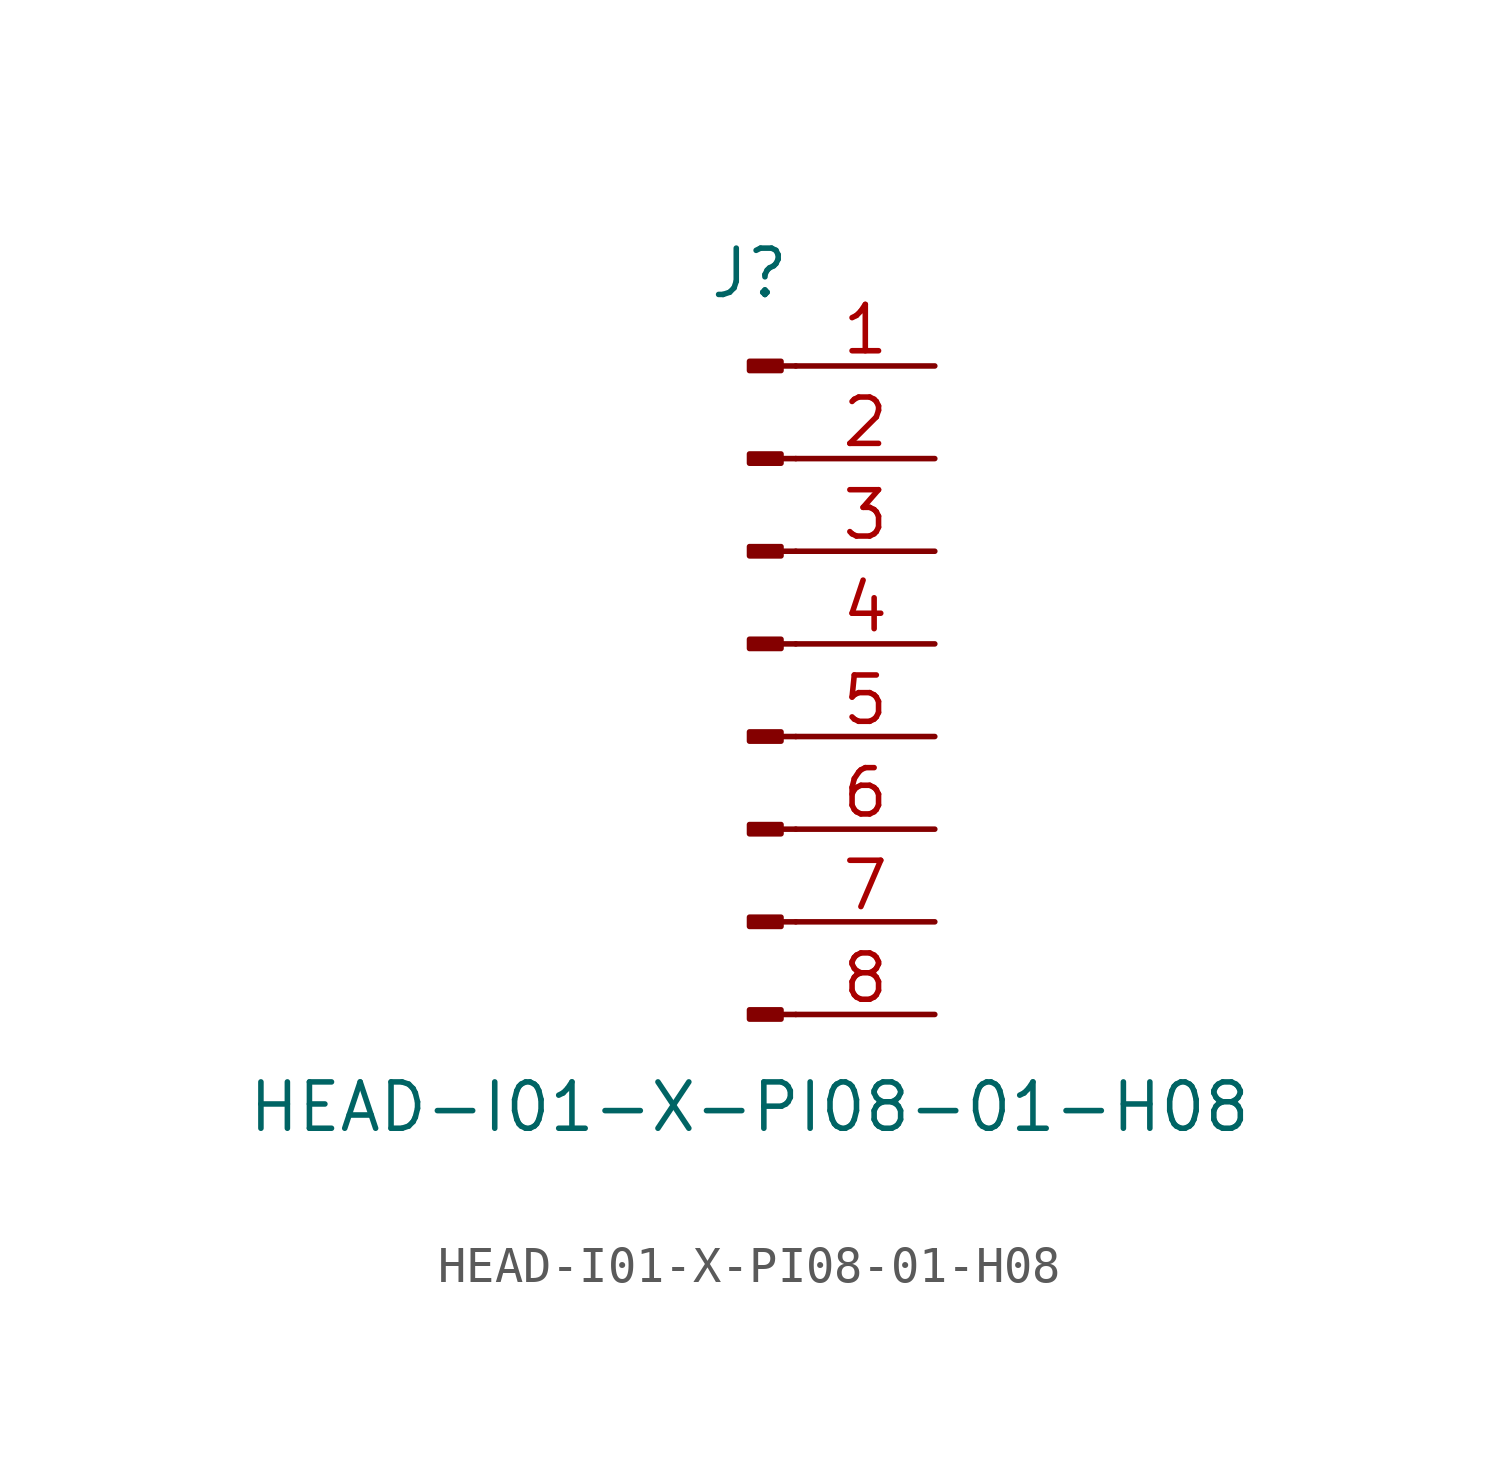
<source format=kicad_sym>
(kicad_symbol_lib
  (version 20211014)
  (generator kicad_symbol_editor)
  (symbol "HEAD-I01-X-PI08-01-H08"
    (pin_names
      (offset 1.016) hide)
    (property "Reference" "J"
      (at 0 10.16 0)
      (effects (font (size 1.27 1.27))))
    (property "Value" "HEAD-I01-X-PI08-01-H08"
      (at 0 -12.7 0)
      (effects (font (size 1.27 1.27))))
    (symbol "HEAD-I01-X-PI08-01-H08_1_1"
      (polyline (pts (xy 1.27 -10.16) (xy 0.864 -10.16)) (stroke (width 0.152) (type default) (color 0 0 0 0)) (fill (type none)))
      (polyline (pts (xy 1.27 -7.62) (xy 0.864 -7.62)) (stroke (width 0.152) (type default) (color 0 0 0 0)) (fill (type none)))
      (polyline (pts (xy 1.27 -5.08) (xy 0.864 -5.08)) (stroke (width 0.152) (type default) (color 0 0 0 0)) (fill (type none)))
      (polyline (pts (xy 1.27 -2.54) (xy 0.864 -2.54)) (stroke (width 0.152) (type default) (color 0 0 0 0)) (fill (type none)))
      (polyline (pts (xy 1.27 0) (xy 0.864 0)) (stroke (width 0.152) (type default) (color 0 0 0 0)) (fill (type none)))
      (polyline (pts (xy 1.27 2.54) (xy 0.864 2.54)) (stroke (width 0.152) (type default) (color 0 0 0 0)) (fill (type none)))
      (polyline (pts (xy 1.27 5.08) (xy 0.864 5.08)) (stroke (width 0.152) (type default) (color 0 0 0 0)) (fill (type none)))
      (polyline (pts (xy 1.27 7.62) (xy 0.864 7.62)) (stroke (width 0.152) (type default) (color 0 0 0 0)) (fill (type none)))
      (rectangle (start 0.864 -10.033) (end 0 -10.287) (stroke (width 0.152) (type default) (color 0 0 0 0)) (fill (type outline)))
      (rectangle (start 0.864 -7.493) (end 0 -7.747) (stroke (width 0.152) (type default) (color 0 0 0 0)) (fill (type outline)))
      (rectangle (start 0.864 -4.953) (end 0 -5.207) (stroke (width 0.152) (type default) (color 0 0 0 0)) (fill (type outline)))
      (rectangle (start 0.864 -2.413) (end 0 -2.667) (stroke (width 0.152) (type default) (color 0 0 0 0)) (fill (type outline)))
      (rectangle (start 0.864 0.127) (end 0 -0.127) (stroke (width 0.152) (type default) (color 0 0 0 0)) (fill (type outline)))
      (rectangle (start 0.864 2.667) (end 0 2.413) (stroke (width 0.152) (type default) (color 0 0 0 0)) (fill (type outline)))
      (rectangle (start 0.864 5.207) (end 0 4.953) (stroke (width 0.152) (type default) (color 0 0 0 0)) (fill (type outline)))
      (rectangle (start 0.864 7.747) (end 0 7.493) (stroke (width 0.152) (type default) (color 0 0 0 0)) (fill (type outline)))
      (pin passive line (at 5.08 7.62 180) (length 3.81) (name "Pin_1" (effects (font (size 1.27 1.27)))) (number "1" (effects (font (size 1.27 1.27)))))
      (pin passive line (at 5.08 5.08 180) (length 3.81) (name "Pin_2" (effects (font (size 1.27 1.27)))) (number "2" (effects (font (size 1.27 1.27)))))
      (pin passive line (at 5.08 2.54 180) (length 3.81) (name "Pin_3" (effects (font (size 1.27 1.27)))) (number "3" (effects (font (size 1.27 1.27)))))
      (pin passive line (at 5.08 0 180) (length 3.81) (name "Pin_4" (effects (font (size 1.27 1.27)))) (number "4" (effects (font (size 1.27 1.27)))))
      (pin passive line (at 5.08 -2.54 180) (length 3.81) (name "Pin_5" (effects (font (size 1.27 1.27)))) (number "5" (effects (font (size 1.27 1.27)))))
      (pin passive line (at 5.08 -5.08 180) (length 3.81) (name "Pin_6" (effects (font (size 1.27 1.27)))) (number "6" (effects (font (size 1.27 1.27)))))
      (pin passive line (at 5.08 -7.62 180) (length 3.81) (name "Pin_7" (effects (font (size 1.27 1.27)))) (number "7" (effects (font (size 1.27 1.27)))))
      (pin passive line (at 5.08 -10.16 180) (length 3.81) (name "Pin_8" (effects (font (size 1.27 1.27)))) (number "8" (effects (font (size 1.27 1.27))))))))
</source>
